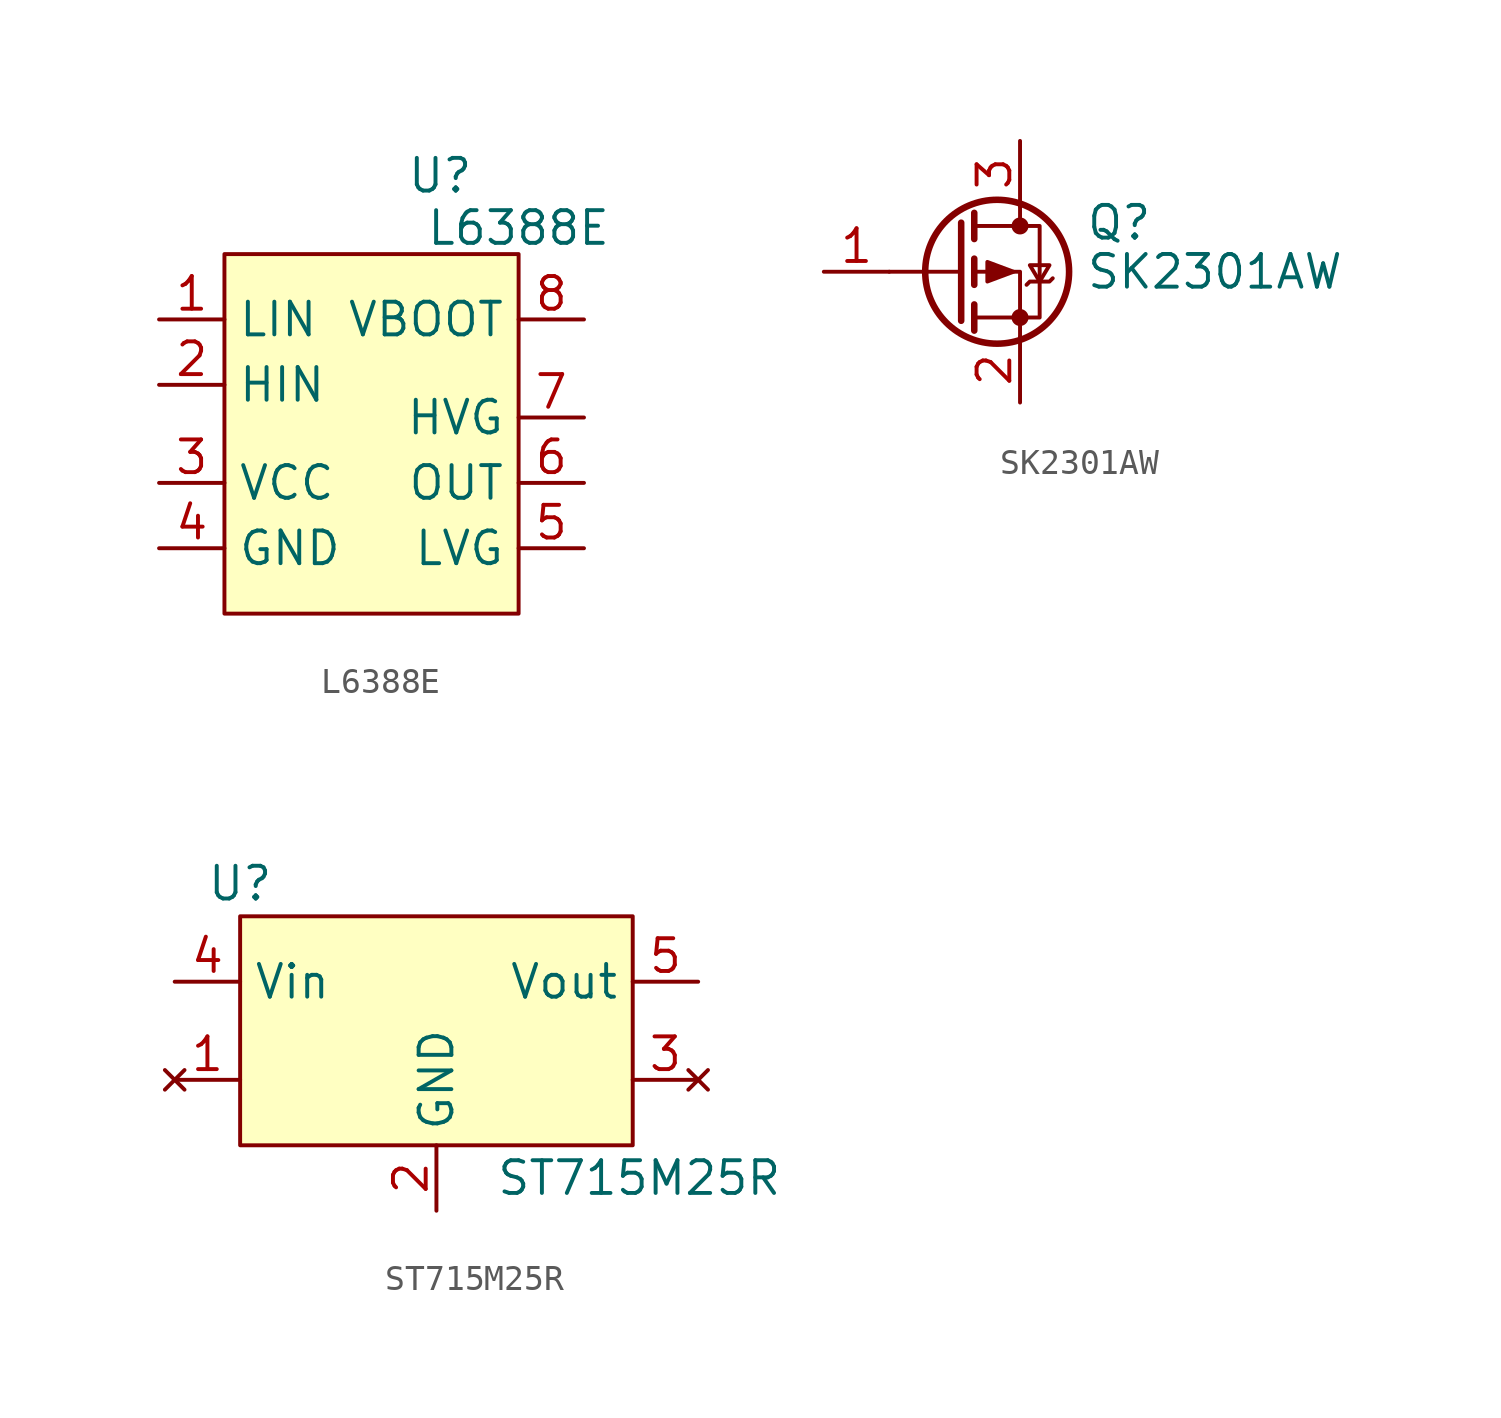
<source format=kicad_sym>
(kicad_symbol_lib
  (version 20231120)
  (generator "kicad_symbol_editor")
  (generator_version "8.0")
  (symbol "L6388E"
    (property "Reference" "U"
      (at 3.302 11.938 0)
      (effects (font (size 1.27 1.27))))
    (property "Value" "L6388E"
      (at 6.35 9.906 0)
      (effects (font (size 1.27 1.27))))
    (symbol "L6388E_1_1"
      (rectangle (start -5.08 8.89) (end 6.35 -5.08) (stroke (width 0) (type default)) (fill (type background)))
      (pin input line (at -7.62 6.35 0) (length 2.54) (name "LIN" (effects (font (size 1.27 1.27)))) (number "1" (effects (font (size 1.27 1.27)))))
      (pin input line (at -7.62 3.81 0) (length 2.54) (name "HIN" (effects (font (size 1.27 1.27)))) (number "2" (effects (font (size 1.27 1.27)))))
      (pin power_in line (at -7.62 0 0) (length 2.54) (name "VCC" (effects (font (size 1.27 1.27)))) (number "3" (effects (font (size 1.27 1.27)))))
      (pin power_in line (at -7.62 -2.54 0) (length 2.54) (name "GND" (effects (font (size 1.27 1.27)))) (number "4" (effects (font (size 1.27 1.27)))))
      (pin output line (at 8.89 -2.54 180) (length 2.54) (name "LVG" (effects (font (size 1.27 1.27)))) (number "5" (effects (font (size 1.27 1.27)))))
      (pin output line (at 8.89 0 180) (length 2.54) (name "OUT" (effects (font (size 1.27 1.27)))) (number "6" (effects (font (size 1.27 1.27)))))
      (pin output line (at 8.89 2.54 180) (length 2.54) (name "HVG" (effects (font (size 1.27 1.27)))) (number "7" (effects (font (size 1.27 1.27)))))
      (pin bidirectional line (at 8.89 6.35 180) (length 2.54) (name "VBOOT" (effects (font (size 1.27 1.27)))) (number "8" (effects (font (size 1.27 1.27)))))))
  (symbol "SK2301AW"
    (pin_names hide)
    (property "Reference" "Q"
      (at 5.08 1.905 0)
      (effects (font (size 1.27 1.27)) (justify left)))
    (property "Value" "SK2301AW"
      (at 5.08 0 0)
      (effects (font (size 1.27 1.27)) (justify left)))
    (symbol "SK2301AW_0_1"
      (polyline (pts (xy 0.254 0) (xy -2.54 0)) (stroke (width 0) (type default)) (fill (type none)))
      (polyline (pts (xy 0.254 1.905) (xy 0.254 -1.905)) (stroke (width 0.254) (type default)) (fill (type none)))
      (polyline (pts (xy 0.762 -1.27) (xy 0.762 -2.286)) (stroke (width 0.254) (type default)) (fill (type none)))
      (polyline (pts (xy 0.762 0.508) (xy 0.762 -0.508)) (stroke (width 0.254) (type default)) (fill (type none)))
      (polyline (pts (xy 0.762 2.286) (xy 0.762 1.27)) (stroke (width 0.254) (type default)) (fill (type none)))
      (polyline (pts (xy 2.54 2.54) (xy 2.54 1.778)) (stroke (width 0) (type default)) (fill (type none)))
      (polyline (pts (xy 2.54 -2.54) (xy 2.54 0) (xy 0.762 0)) (stroke (width 0) (type default)) (fill (type none)))
      (polyline (pts (xy 0.762 1.778) (xy 3.302 1.778) (xy 3.302 -1.778) (xy 0.762 -1.778)) (stroke (width 0) (type default)) (fill (type none)))
      (polyline (pts (xy 2.286 0) (xy 1.27 0.381) (xy 1.27 -0.381) (xy 2.286 0)) (stroke (width 0) (type default)) (fill (type outline)))
      (polyline (pts (xy 2.794 -0.508) (xy 2.921 -0.381) (xy 3.683 -0.381) (xy 3.81 -0.254)) (stroke (width 0) (type default)) (fill (type none)))
      (polyline (pts (xy 3.302 -0.381) (xy 2.921 0.254) (xy 3.683 0.254) (xy 3.302 -0.381)) (stroke (width 0) (type default)) (fill (type none)))
      (circle (center 1.651 0) (radius 2.794) (stroke (width 0.254) (type default)) (fill (type none)))
      (circle (center 2.54 -1.778) (radius 0.254) (stroke (width 0) (type default)) (fill (type outline)))
      (circle (center 2.54 1.778) (radius 0.254) (stroke (width 0) (type default)) (fill (type outline))))
    (symbol "SK2301AW_1_1"
      (pin input line (at -5.08 0 0) (length 2.54) (name "G" (effects (font (size 1.27 1.27)))) (number "1" (effects (font (size 1.27 1.27)))))
      (pin passive line (at 2.54 -5.08 90) (length 2.54) (name "S" (effects (font (size 1.27 1.27)))) (number "2" (effects (font (size 1.27 1.27)))))
      (pin passive line (at 2.54 5.08 270) (length 2.54) (name "D" (effects (font (size 1.27 1.27)))) (number "3" (effects (font (size 1.27 1.27)))))))
  (symbol "ST715M25R"
    (property "Reference" "U"
      (at 0 1.27 0)
      (effects (font (size 1.27 1.27))))
    (property "Value" "ST715M25R"
      (at 15.494 -10.16 0)
      (effects (font (size 1.27 1.27))))
    (symbol "ST715M25R_1_1"
      (rectangle (start 0 0) (end 15.24 -8.89) (stroke (width 0) (type default)) (fill (type background)))
      (pin no_connect line (at -2.54 -6.35 0) (length 2.54) (name "" (effects (font (size 1.27 1.27)))) (number "1" (effects (font (size 1.27 1.27)))))
      (pin passive line (at 7.62 -11.43 90) (length 2.54) (name "GND" (effects (font (size 1.27 1.27)))) (number "2" (effects (font (size 1.27 1.27)))))
      (pin no_connect line (at 17.78 -6.35 180) (length 2.54) (name "" (effects (font (size 1.27 1.27)))) (number "3" (effects (font (size 1.27 1.27)))))
      (pin power_in line (at -2.54 -2.54 0) (length 2.54) (name "Vin" (effects (font (size 1.27 1.27)))) (number "4" (effects (font (size 1.27 1.27)))))
      (pin power_out line (at 17.78 -2.54 180) (length 2.54) (name "Vout" (effects (font (size 1.27 1.27)))) (number "5" (effects (font (size 1.27 1.27))))))))
</source>
